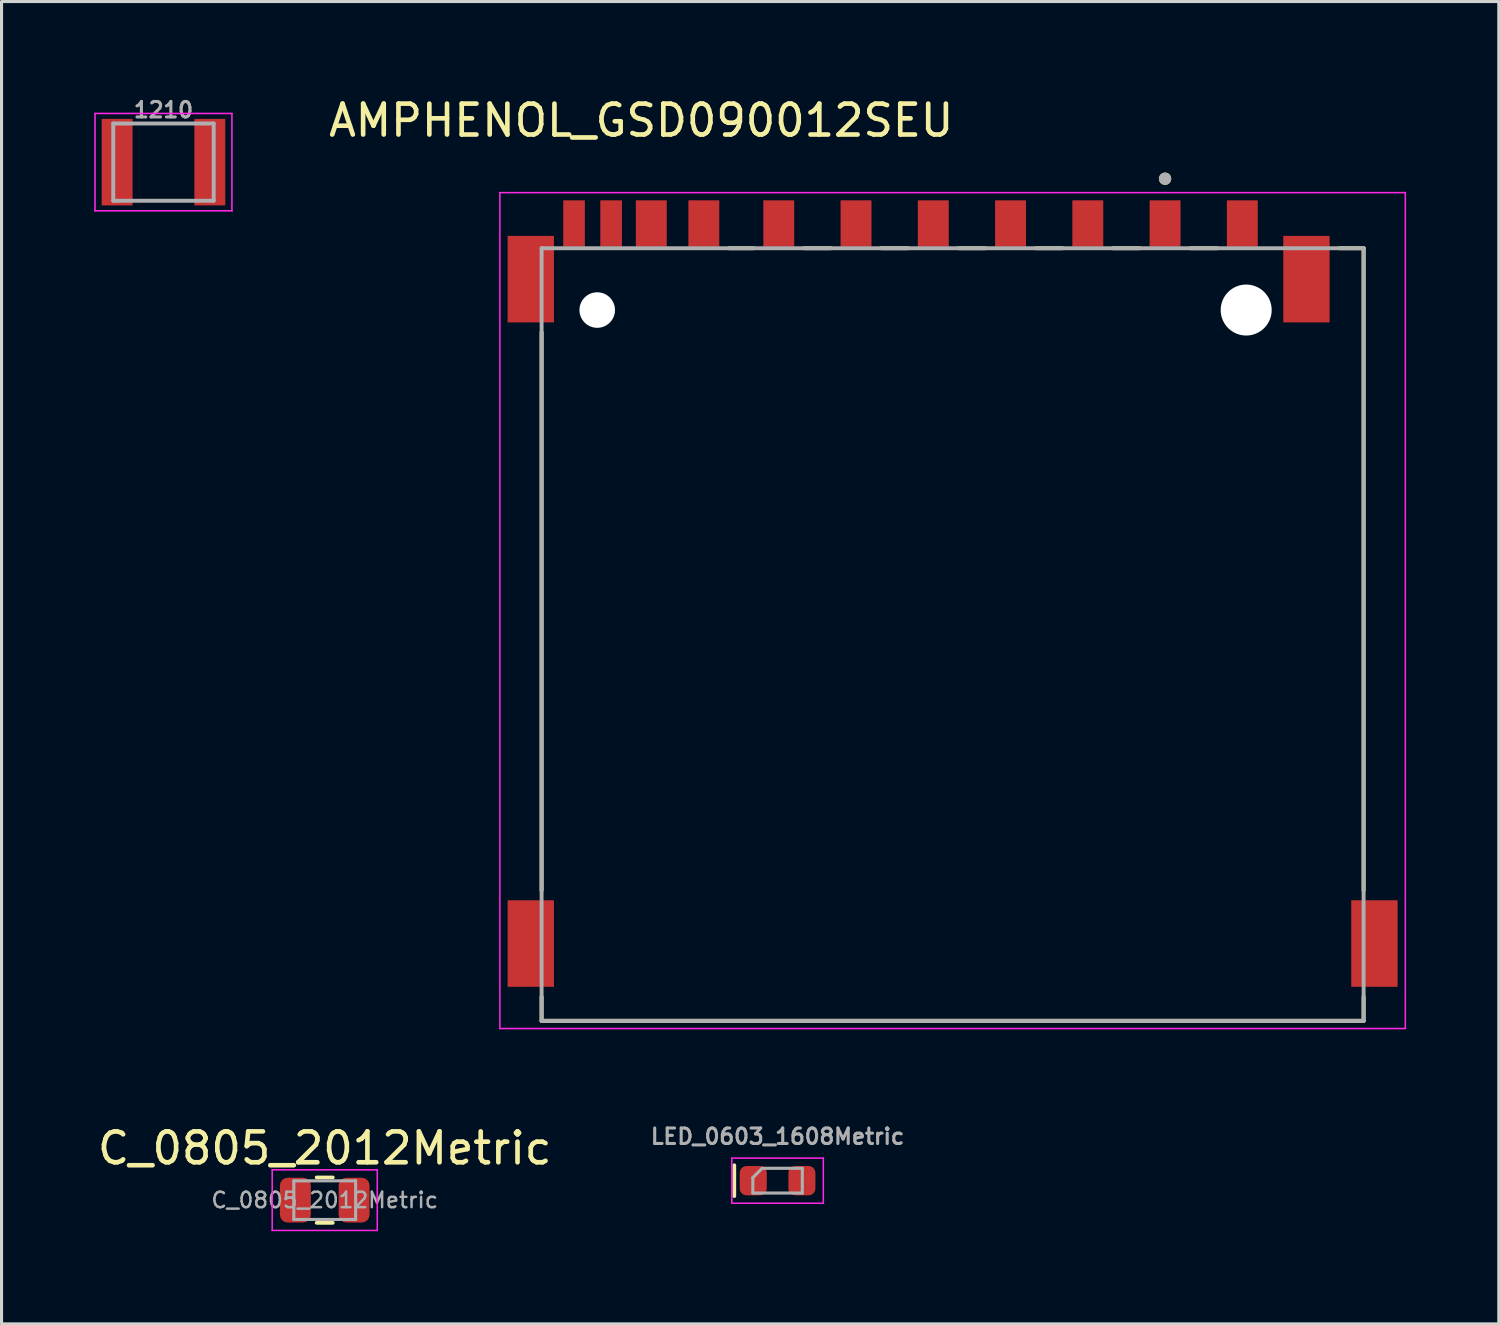
<source format=kicad_pcb>
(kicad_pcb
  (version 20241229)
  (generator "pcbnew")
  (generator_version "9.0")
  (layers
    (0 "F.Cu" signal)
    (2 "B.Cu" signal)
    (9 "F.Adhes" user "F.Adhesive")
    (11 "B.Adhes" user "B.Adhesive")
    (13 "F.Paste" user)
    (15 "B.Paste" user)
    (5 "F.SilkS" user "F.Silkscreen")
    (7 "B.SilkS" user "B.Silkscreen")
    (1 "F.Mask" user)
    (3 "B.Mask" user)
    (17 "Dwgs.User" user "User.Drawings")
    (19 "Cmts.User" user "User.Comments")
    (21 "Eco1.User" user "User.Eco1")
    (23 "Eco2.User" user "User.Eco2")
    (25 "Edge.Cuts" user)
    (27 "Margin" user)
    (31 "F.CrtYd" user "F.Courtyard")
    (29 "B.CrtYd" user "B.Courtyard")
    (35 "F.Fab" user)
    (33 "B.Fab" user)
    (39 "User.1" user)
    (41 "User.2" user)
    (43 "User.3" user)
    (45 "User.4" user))
  (footprint "LED_0603_1608Metric"
    (layer "F.Cu")
    (at 22.112 35.156)
    (property "Reference" "LED_0603_1608Metric" (at 0 -1.43 0) (layer "F.Fab") (effects (font (size 0.5 0.5) (thickness 0.1))))
    (attr smd)
    (fp_line (start -1.4 -0.5) (end -1.4 0.5) (stroke (width 0.12) (type solid)) (layer "F.SilkS"))
    (fp_line (start -1.48 -0.73) (end 1.48 -0.73) (stroke (width 0.05) (type solid)) (layer "F.CrtYd"))
    (fp_line (start -1.48 0.73) (end -1.48 -0.73) (stroke (width 0.05) (type solid)) (layer "F.CrtYd"))
    (fp_line (start 1.48 -0.73) (end 1.48 0.73) (stroke (width 0.05) (type solid)) (layer "F.CrtYd"))
    (fp_line (start 1.48 0.73) (end -1.48 0.73) (stroke (width 0.05) (type solid)) (layer "F.CrtYd"))
    (fp_line (start -0.8 -0.1) (end -0.8 0.4) (stroke (width 0.1) (type solid)) (layer "F.Fab"))
    (fp_line (start -0.8 0.4) (end 0.8 0.4) (stroke (width 0.1) (type solid)) (layer "F.Fab"))
    (fp_line (start -0.5 -0.4) (end -0.8 -0.1) (stroke (width 0.1) (type solid)) (layer "F.Fab"))
    (fp_line (start 0.8 -0.4) (end -0.5 -0.4) (stroke (width 0.1) (type solid)) (layer "F.Fab"))
    (fp_line (start 0.8 0.4) (end 0.8 -0.4) (stroke (width 0.1) (type solid)) (layer "F.Fab"))
    (pad "1" smd roundrect (at -0.787 0) (size 0.875 0.95) (layers "F.Cu" "F.Mask" "F.Paste") (roundrect_rratio 0.25))
    (pad "2" smd roundrect (at 0.787 0) (size 0.875 0.95) (layers "F.Cu" "F.Mask" "F.Paste") (roundrect_rratio 0.25)))
  (footprint "C_0805_2012Metric"
    (layer "F.Cu")
    (at 7.458 35.786)
    (property "Reference" "C_0805_2012Metric" (at 0 -1.68 0) (layer "F.SilkS") (effects (font (size 1 1) (thickness 0.15))))
    (attr smd)
    (fp_line (start -0.261 -0.735) (end 0.261 -0.735) (stroke (width 0.12) (type solid)) (layer "F.SilkS"))
    (fp_line (start -0.261 0.735) (end 0.261 0.735) (stroke (width 0.12) (type solid)) (layer "F.SilkS"))
    (fp_line (start -1.7 -0.98) (end 1.7 -0.98) (stroke (width 0.05) (type solid)) (layer "F.CrtYd"))
    (fp_line (start -1.7 0.98) (end -1.7 -0.98) (stroke (width 0.05) (type solid)) (layer "F.CrtYd"))
    (fp_line (start 1.7 -0.98) (end 1.7 0.98) (stroke (width 0.05) (type solid)) (layer "F.CrtYd"))
    (fp_line (start 1.7 0.98) (end -1.7 0.98) (stroke (width 0.05) (type solid)) (layer "F.CrtYd"))
    (fp_line (start -1 -0.625) (end 1 -0.625) (stroke (width 0.1) (type solid)) (layer "F.Fab"))
    (fp_line (start -1 0.625) (end -1 -0.625) (stroke (width 0.1) (type solid)) (layer "F.Fab"))
    (fp_line (start 1 -0.625) (end 1 0.625) (stroke (width 0.1) (type solid)) (layer "F.Fab"))
    (fp_line (start 1 0.625) (end -1 0.625) (stroke (width 0.1) (type solid)) (layer "F.Fab"))
    (fp_text user "${REFERENCE}" (at 0 0 0) (layer "F.Fab") (effects (font (size 0.5 0.5) (thickness 0.08))))
    (pad "1" smd roundrect (at -0.95 0) (size 1 1.45) (layers "F.Cu" "F.Mask" "F.Paste") (roundrect_rratio 0.25))
    (pad "2" smd roundrect (at 0.95 0) (size 1 1.45) (layers "F.Cu" "F.Mask" "F.Paste") (roundrect_rratio 0.25)))
  (footprint "1210"
    (layer "F.Cu")
    (at 2.24 2.197)
    (property "Reference" "1210" (at 0 -1.397 0) (layer "F.Fab") (effects (font (size 0.5 0.5) (thickness 0.1) (bold yes)) (justify bottom)))
    (fp_line (start -2.215 -1.575) (end 2.215 -1.575) (stroke (width 0.051) (type solid)) (layer "F.CrtYd"))
    (fp_line (start -2.215 1.575) (end -2.215 -1.575) (stroke (width 0.051) (type solid)) (layer "F.CrtYd"))
    (fp_line (start 2.215 -1.575) (end 2.215 1.575) (stroke (width 0.051) (type solid)) (layer "F.CrtYd"))
    (fp_line (start 2.215 1.575) (end -2.215 1.575) (stroke (width 0.051) (type solid)) (layer "F.CrtYd"))
    (fp_line (start -1.625 -1.25) (end 1.625 -1.25) (stroke (width 0.127) (type solid)) (layer "F.Fab"))
    (fp_line (start -1.625 1.25) (end -1.625 -1.25) (stroke (width 0.127) (type solid)) (layer "F.Fab"))
    (fp_line (start 1.625 1.25) (end -1.625 1.25) (stroke (width 0.127) (type solid)) (layer "F.Fab"))
    (fp_line (start 1.625 -1.25) (end 1.625 1.25) (stroke (width 0.127) (type solid)) (layer "F.Fab"))
    (pad "1" smd rect (at -1.5 0) (size 1 2.8) (layers "F.Cu" "F.Mask" "F.Paste"))
    (pad "2" smd rect (at 1.5 0) (size 1 2.8) (layers "F.Cu" "F.Mask" "F.Paste")))
  (footprint "AMPHENOL_GSD090012SEU"
    (layer "F.Cu")
    (at 27.776 17.483)
    (property "Reference" "AMPHENOL_GSD090012SEU" (at -10.075 -16.635 0) (layer "F.SilkS") (effects (font (size 1 1) (thickness 0.15))))
    (attr smd)
    (fp_line (start -13.3 -9.78) (end -13.3 8.28) (stroke (width 0.127) (type solid)) (layer "F.SilkS"))
    (fp_line (start -13.3 12.5) (end -13.3 11.72) (stroke (width 0.127) (type solid)) (layer "F.SilkS"))
    (fp_line (start -7.23 -12.5) (end -6.445 -12.5) (stroke (width 0.127) (type solid)) (layer "F.SilkS"))
    (fp_line (start -4.805 -12.5) (end -3.945 -12.5) (stroke (width 0.127) (type solid)) (layer "F.SilkS"))
    (fp_line (start -2.305 -12.5) (end -1.445 -12.5) (stroke (width 0.127) (type solid)) (layer "F.SilkS"))
    (fp_line (start 0.195 -12.5) (end 1.055 -12.5) (stroke (width 0.127) (type solid)) (layer "F.SilkS"))
    (fp_line (start 2.695 -12.5) (end 3.555 -12.5) (stroke (width 0.127) (type solid)) (layer "F.SilkS"))
    (fp_line (start 5.195 -12.5) (end 6.055 -12.5) (stroke (width 0.127) (type solid)) (layer "F.SilkS"))
    (fp_line (start 7.695 -12.5) (end 8.555 -12.5) (stroke (width 0.127) (type solid)) (layer "F.SilkS"))
    (fp_line (start 12.52 -12.5) (end 13.3 -12.5) (stroke (width 0.127) (type solid)) (layer "F.SilkS"))
    (fp_line (start 13.3 -12.5) (end 13.3 8.28) (stroke (width 0.127) (type solid)) (layer "F.SilkS"))
    (fp_line (start 13.3 12.5) (end -13.3 12.5) (stroke (width 0.127) (type solid)) (layer "F.SilkS"))
    (fp_line (start 13.3 12.5) (end 13.3 11.72) (stroke (width 0.127) (type solid)) (layer "F.SilkS"))
    (fp_circle (center 6.875 -14.75) (end 6.975 -14.75) (stroke (width 0.2) (type solid)) (fill no) (layer "F.SilkS"))
    (fp_line (start -14.65 -14.3) (end -14.65 12.75) (stroke (width 0.05) (type solid)) (layer "F.CrtYd"))
    (fp_line (start -14.65 12.75) (end 14.65 12.75) (stroke (width 0.05) (type solid)) (layer "F.CrtYd"))
    (fp_line (start 14.65 -14.3) (end -14.65 -14.3) (stroke (width 0.05) (type solid)) (layer "F.CrtYd"))
    (fp_line (start 14.65 12.75) (end 14.65 -14.3) (stroke (width 0.05) (type solid)) (layer "F.CrtYd"))
    (fp_line (start -13.3 -12.5) (end 13.3 -12.5) (stroke (width 0.127) (type solid)) (layer "F.Fab"))
    (fp_line (start -13.3 12.5) (end -13.3 -12.5) (stroke (width 0.127) (type solid)) (layer "F.Fab"))
    (fp_line (start 13.3 -12.5) (end 13.3 12.5) (stroke (width 0.127) (type solid)) (layer "F.Fab"))
    (fp_line (start 13.3 12.5) (end -13.3 12.5) (stroke (width 0.127) (type solid)) (layer "F.Fab"))
    (fp_circle (center 6.875 -14.75) (end 6.975 -14.75) (stroke (width 0.2) (type solid)) (fill no) (layer "F.Fab"))
    (pad "" np_thru_hole circle (at -11.5 -10.5) (size 1.15 1.15) (drill 1.15) (layers "*.Cu" "*.Mask"))
    (pad "" np_thru_hole circle (at 9.5 -10.5) (size 1.65 1.65) (drill 1.65) (layers "*.Cu" "*.Mask"))
    (pad "1" smd rect (at 6.875 -13.3) (size 1 1.5) (layers "F.Cu" "F.Mask" "F.Paste"))
    (pad "2" smd rect (at 4.375 -13.3) (size 1 1.5) (layers "F.Cu" "F.Mask" "F.Paste"))
    (pad "3" smd rect (at 1.875 -13.3) (size 1 1.5) (layers "F.Cu" "F.Mask" "F.Paste"))
    (pad "4" smd rect (at -0.625 -13.3) (size 1 1.5) (layers "F.Cu" "F.Mask" "F.Paste"))
    (pad "5" smd rect (at -3.125 -13.3) (size 1 1.5) (layers "F.Cu" "F.Mask" "F.Paste"))
    (pad "6" smd rect (at -5.625 -13.3) (size 1 1.5) (layers "F.Cu" "F.Mask" "F.Paste"))
    (pad "7" smd rect (at -8.05 -13.3) (size 1 1.5) (layers "F.Cu" "F.Mask" "F.Paste"))
    (pad "8" smd rect (at -9.75 -13.3) (size 1 1.5) (layers "F.Cu" "F.Mask" "F.Paste"))
    (pad "9" smd rect (at 9.375 -13.3) (size 1 1.5) (layers "F.Cu" "F.Mask" "F.Paste"))
    (pad "CD_IND" smd rect (at -11.05 -13.3) (size 0.7 1.5) (layers "F.Cu" "F.Mask" "F.Paste"))
    (pad "G1" smd rect (at -13.65 -11.5) (size 1.5 2.8) (layers "F.Cu" "F.Mask" "F.Paste"))
    (pad "G2" smd rect (at 11.45 -11.5) (size 1.5 2.8) (layers "F.Cu" "F.Mask" "F.Paste"))
    (pad "G3" smd rect (at 13.65 10) (size 1.5 2.8) (layers "F.Cu" "F.Mask" "F.Paste"))
    (pad "G4" smd rect (at -13.65 10) (size 1.5 2.8) (layers "F.Cu" "F.Mask" "F.Paste"))
    (pad "WP" smd rect (at -12.25 -13.3) (size 0.7 1.5) (layers "F.Cu" "F.Mask" "F.Paste"))
    (zone (net_name "") (layer "F.Cu") (hatch full 0.508) (connect_pads) (min_thickness 0.01) (filled_areas_thickness no) (keepout (tracks not_allowed) (vias not_allowed) (pads not_allowed) (copperpour not_allowed) (footprints allowed)) (placement (enabled no)) (fill) (polygon (pts (xy 17.276 12.133) (xy 38.276 12.133) (xy 38.276 17.433) (xy 17.276 17.433))))
    (zone (net_name "") (layers "F.Cu" "B.Cu") (hatch full 0.508) (connect_pads) (min_thickness 0.01) (filled_areas_thickness no) (keepout (tracks allowed) (vias not_allowed) (pads allowed) (copperpour allowed) (footprints allowed)) (placement (enabled no)) (fill) (polygon (pts (xy 17.276 12.133) (xy 38.276 12.133) (xy 38.276 17.433) (xy 17.276 17.433)))))
  (gr_rect
    (start -3 -3)
    (end 45.451 39.791)
    (stroke (width 0.1) (type default))
    (fill no)
    (layer "Edge.Cuts")))
</source>
